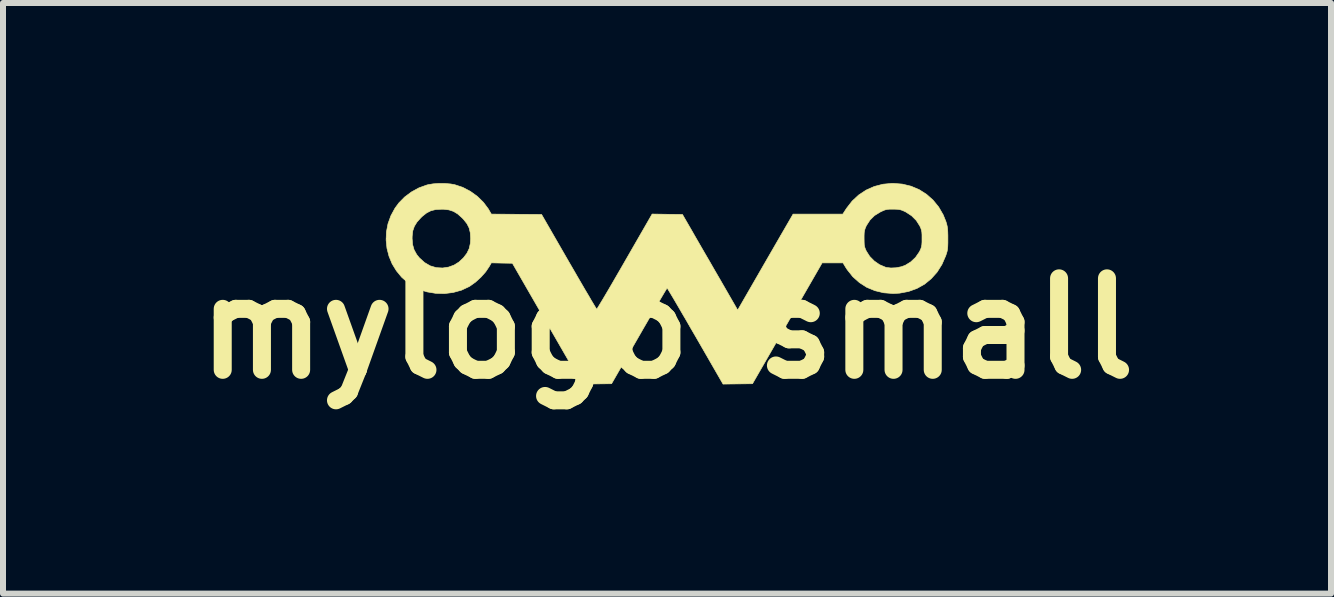
<source format=kicad_pcb>
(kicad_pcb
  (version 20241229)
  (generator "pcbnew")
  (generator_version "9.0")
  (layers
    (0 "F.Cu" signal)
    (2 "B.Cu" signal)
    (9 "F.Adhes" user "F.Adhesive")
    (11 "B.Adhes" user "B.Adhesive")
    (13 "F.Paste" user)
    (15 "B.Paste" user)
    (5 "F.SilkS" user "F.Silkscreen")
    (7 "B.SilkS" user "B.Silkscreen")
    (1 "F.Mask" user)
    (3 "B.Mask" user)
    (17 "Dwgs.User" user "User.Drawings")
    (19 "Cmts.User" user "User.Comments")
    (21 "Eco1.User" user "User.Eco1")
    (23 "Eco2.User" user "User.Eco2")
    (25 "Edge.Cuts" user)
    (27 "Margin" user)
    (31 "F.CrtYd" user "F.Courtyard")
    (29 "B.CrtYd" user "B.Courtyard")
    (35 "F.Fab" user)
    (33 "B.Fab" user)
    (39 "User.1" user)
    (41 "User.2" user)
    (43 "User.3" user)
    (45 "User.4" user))
  (footprint "mylogo small"
    (layer "F.Cu")
    (at 8.063 2.422)
    (property "Reference" "mylogo small" (at 0 0 0) (layer "F.SilkS") (effects (font (size 1.524 1.524) (thickness 0.3))))
    (attr through_hole)
    (fp_poly (pts (xy 3.92 -2.405) (xy 4.065 -2.37) (xy 4.2 -2.313) (xy 4.323 -2.235) (xy 4.432 -2.138) (xy 4.525 -2.024) (xy 4.601 -1.893) (xy 4.646 -1.782) (xy 4.659 -1.739) (xy 4.668 -1.701) (xy 4.674 -1.66) (xy 4.677 -1.612) (xy 4.679 -1.548) (xy 4.679 -1.499) (xy 4.679 -1.424) (xy 4.677 -1.368) (xy 4.673 -1.324) (xy 4.667 -1.287) (xy 4.656 -1.25) (xy 4.644 -1.213) (xy 4.581 -1.068) (xy 4.5 -0.939) (xy 4.402 -0.829) (xy 4.29 -0.737) (xy 4.163 -0.666) (xy 4.024 -0.616) (xy 3.875 -0.588) (xy 3.766 -0.582) (xy 3.61 -0.594) (xy 3.464 -0.629) (xy 3.328 -0.685) (xy 3.205 -0.764) (xy 3.095 -0.862) (xy 3.002 -0.979) (xy 2.977 -1.017) (xy 2.932 -1.092) (xy 2.584 -1.092) (xy 2.004 -0.085) (xy 1.424 0.921) (xy 0.933 0.927) (xy 0.472 0.127) (xy 0.396 -0.003) (xy 0.325 -0.127) (xy 0.257 -0.243) (xy 0.196 -0.348) (xy 0.141 -0.442) (xy 0.094 -0.522) (xy 0.055 -0.587) (xy 0.026 -0.635) (xy 0.008 -0.664) (xy 0.002 -0.673) (xy -0.006 -0.662) (xy -0.025 -0.631) (xy -0.055 -0.581) (xy -0.094 -0.515) (xy -0.142 -0.433) (xy -0.197 -0.338) (xy -0.259 -0.232) (xy -0.327 -0.115) (xy -0.399 0.009) (xy -0.465 0.124) (xy -0.924 0.921) (xy -1.17 0.924) (xy -1.416 0.927) (xy -2.576 -1.086) (xy -2.752 -1.089) (xy -2.927 -1.093) (xy -2.96 -1.035) (xy -3.021 -0.944) (xy -3.101 -0.854) (xy -3.192 -0.771) (xy -3.286 -0.704) (xy -3.3 -0.696) (xy -3.426 -0.637) (xy -3.564 -0.599) (xy -3.708 -0.581) (xy -3.854 -0.585) (xy -3.998 -0.609) (xy -4.063 -0.629) (xy -4.198 -0.686) (xy -4.318 -0.763) (xy -4.422 -0.855) (xy -4.509 -0.961) (xy -4.58 -1.077) (xy -4.632 -1.203) (xy -4.666 -1.335) (xy -4.68 -1.471) (xy -4.679 -1.499) (xy -4.247 -1.499) (xy -4.239 -1.397) (xy -4.214 -1.31) (xy -4.171 -1.232) (xy -4.126 -1.176) (xy -4.04 -1.098) (xy -3.946 -1.043) (xy -3.845 -1.013) (xy -3.739 -1.007) (xy -3.64 -1.022) (xy -3.547 -1.056) (xy -3.466 -1.107) (xy -3.392 -1.176) (xy -3.334 -1.252) (xy -3.296 -1.331) (xy -3.276 -1.421) (xy -3.272 -1.499) (xy -3.278 -1.594) (xy -3.297 -1.674) (xy -3.333 -1.745) (xy -3.389 -1.816) (xy -3.415 -1.843) (xy -3.487 -1.907) (xy -3.557 -1.95) (xy -3.633 -1.975) (xy -3.722 -1.986) (xy -3.759 -1.986) (xy -3.854 -1.981) (xy -3.934 -1.961) (xy -4.005 -1.925) (xy -4.076 -1.869) (xy -4.103 -1.843) (xy -4.167 -1.771) (xy -4.21 -1.701) (xy -4.236 -1.626) (xy -4.246 -1.538) (xy -4.247 -1.499) (xy -4.679 -1.499) (xy -4.675 -1.608) (xy -4.649 -1.744) (xy -4.601 -1.877) (xy -4.532 -2.004) (xy -4.468 -2.091) (xy -4.372 -2.189) (xy -4.258 -2.274) (xy -4.134 -2.342) (xy -4.004 -2.389) (xy -3.981 -2.395) (xy -3.898 -2.409) (xy -3.8 -2.416) (xy -3.698 -2.415) (xy -3.603 -2.407) (xy -3.537 -2.395) (xy -3.404 -2.351) (xy -3.278 -2.285) (xy -3.161 -2.201) (xy -3.059 -2.101) (xy -2.976 -1.99) (xy -2.962 -1.965) (xy -2.927 -1.905) (xy -2.509 -1.902) (xy -2.09 -1.899) (xy -1.636 -1.111) (xy -1.561 -0.982) (xy -1.49 -0.859) (xy -1.423 -0.744) (xy -1.362 -0.639) (xy -1.307 -0.547) (xy -1.261 -0.467) (xy -1.223 -0.404) (xy -1.195 -0.357) (xy -1.177 -0.329) (xy -1.172 -0.321) (xy -1.164 -0.331) (xy -1.145 -0.362) (xy -1.115 -0.411) (xy -1.075 -0.477) (xy -1.027 -0.558) (xy -0.971 -0.653) (xy -0.909 -0.759) (xy -0.842 -0.875) (xy -0.77 -0.999) (xy -0.705 -1.112) (xy -0.248 -1.906) (xy 0.005 -1.902) (xy 0.257 -1.899) (xy 0.419 -1.619) (xy 0.46 -1.547) (xy 0.512 -1.457) (xy 0.572 -1.353) (xy 0.638 -1.239) (xy 0.708 -1.119) (xy 0.778 -0.997) (xy 0.847 -0.878) (xy 0.879 -0.823) (xy 1.177 -0.306) (xy 1.638 -1.106) (xy 1.865 -1.499) (xy 3.283 -1.499) (xy 3.284 -1.436) (xy 3.286 -1.392) (xy 3.293 -1.357) (xy 3.304 -1.325) (xy 3.32 -1.289) (xy 3.377 -1.2) (xy 3.453 -1.123) (xy 3.541 -1.062) (xy 3.638 -1.021) (xy 3.654 -1.016) (xy 3.73 -1.007) (xy 3.817 -1.011) (xy 3.903 -1.028) (xy 3.969 -1.052) (xy 4.06 -1.108) (xy 4.14 -1.183) (xy 4.201 -1.271) (xy 4.211 -1.289) (xy 4.228 -1.326) (xy 4.239 -1.359) (xy 4.245 -1.394) (xy 4.248 -1.439) (xy 4.248 -1.499) (xy 4.248 -1.561) (xy 4.245 -1.606) (xy 4.238 -1.64) (xy 4.227 -1.673) (xy 4.211 -1.708) (xy 4.153 -1.799) (xy 4.075 -1.877) (xy 3.982 -1.938) (xy 3.965 -1.947) (xy 3.92 -1.967) (xy 3.882 -1.979) (xy 3.842 -1.985) (xy 3.791 -1.987) (xy 3.765 -1.987) (xy 3.707 -1.987) (xy 3.665 -1.983) (xy 3.629 -1.974) (xy 3.589 -1.957) (xy 3.553 -1.94) (xy 3.457 -1.881) (xy 3.382 -1.807) (xy 3.323 -1.716) (xy 3.316 -1.702) (xy 3.301 -1.666) (xy 3.291 -1.633) (xy 3.285 -1.595) (xy 3.283 -1.545) (xy 3.283 -1.499) (xy 1.865 -1.499) (xy 2.1 -1.905) (xy 2.928 -1.905) (xy 2.991 -2.002) (xy 3.085 -2.123) (xy 3.194 -2.224) (xy 3.317 -2.305) (xy 3.452 -2.365) (xy 3.597 -2.403) (xy 3.75 -2.417) (xy 3.766 -2.417) (xy 3.92 -2.405)) (stroke (width 0.01) (type solid)) (fill yes) (layer "F.SilkS")))
  (gr_rect
    (start -3 -3)
    (end 19.125 6.84)
    (stroke (width 0.1) (type default))
    (fill no)
    (layer "Edge.Cuts")))
</source>
